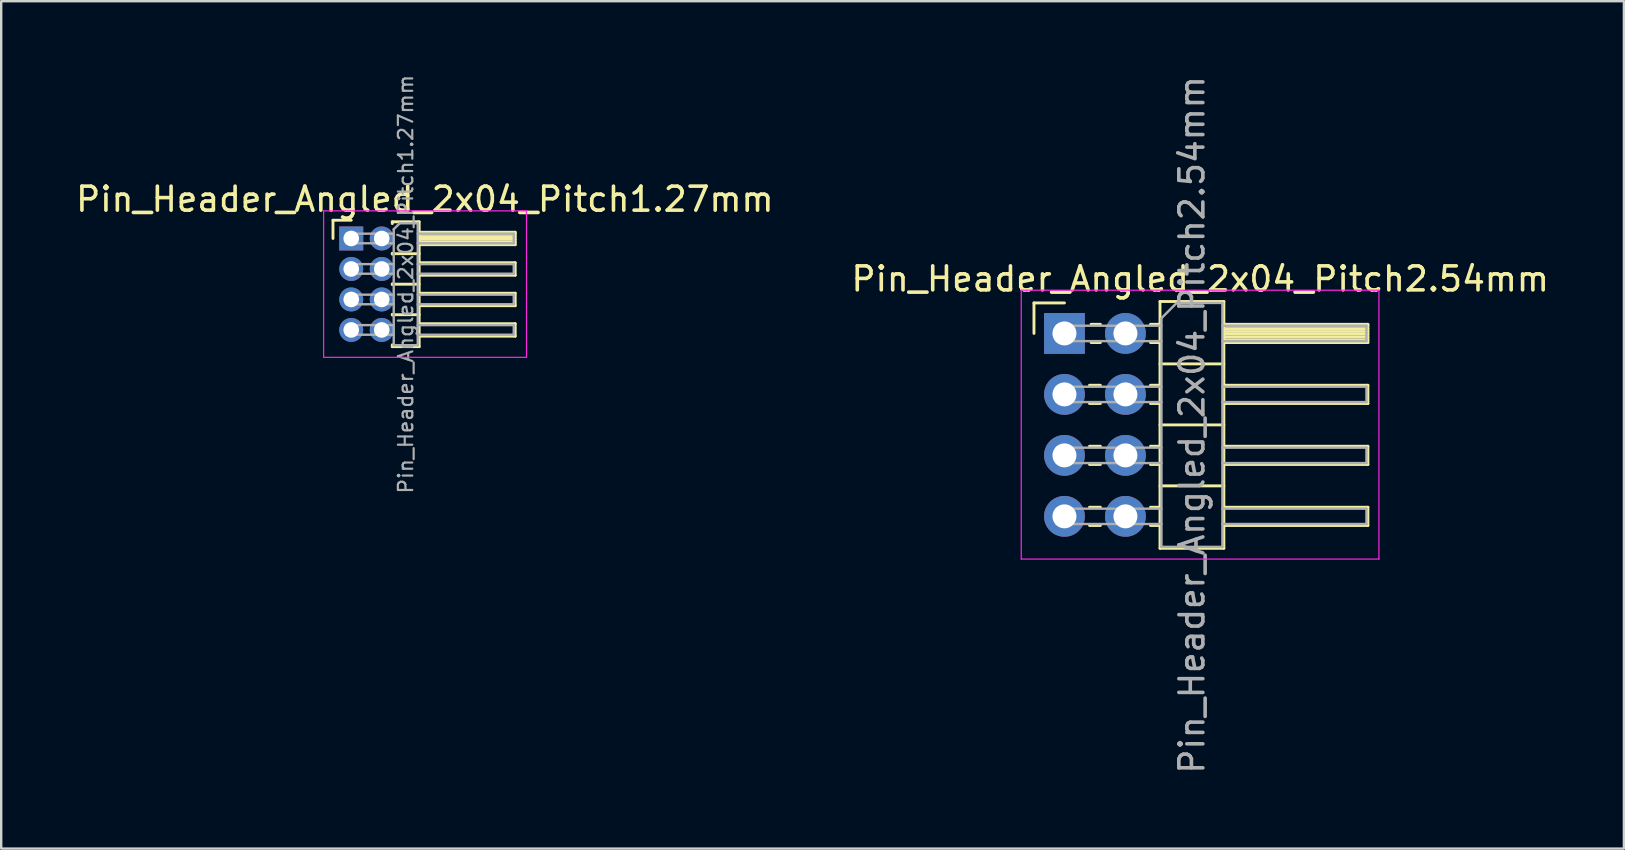
<source format=kicad_pcb>
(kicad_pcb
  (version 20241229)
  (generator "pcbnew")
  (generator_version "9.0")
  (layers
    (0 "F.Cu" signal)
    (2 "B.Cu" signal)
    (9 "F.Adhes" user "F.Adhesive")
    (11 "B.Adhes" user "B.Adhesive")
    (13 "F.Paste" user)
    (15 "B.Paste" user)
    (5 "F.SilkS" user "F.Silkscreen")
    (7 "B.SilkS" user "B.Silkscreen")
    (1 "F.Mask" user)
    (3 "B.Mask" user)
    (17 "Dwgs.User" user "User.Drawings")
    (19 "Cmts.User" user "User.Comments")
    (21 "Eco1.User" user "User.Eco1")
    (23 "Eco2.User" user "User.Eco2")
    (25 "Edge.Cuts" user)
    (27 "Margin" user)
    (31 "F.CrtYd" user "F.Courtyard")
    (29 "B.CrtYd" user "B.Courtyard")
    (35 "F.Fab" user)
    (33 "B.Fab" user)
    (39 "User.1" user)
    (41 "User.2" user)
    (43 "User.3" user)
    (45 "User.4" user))
  (footprint "Pin_Header_Angled_2x04_Pitch2.54mm"
    (layer "F.Cu")
    (at 41.291 10.839)
    (property "Reference" "Pin_Header_Angled_2x04_Pitch2.54mm" (at 5.655 -2.27 0) (layer "F.SilkS") (effects (font (size 1 1) (thickness 0.15))))
    (attr through_hole)
    (fp_line (start -1.27 -1.27) (end 0 -1.27) (stroke (width 0.12) (type solid)) (layer "F.SilkS"))
    (fp_line (start -1.27 0) (end -1.27 -1.27) (stroke (width 0.12) (type solid)) (layer "F.SilkS"))
    (fp_line (start 1.043 2.16) (end 1.497 2.16) (stroke (width 0.12) (type solid)) (layer "F.SilkS"))
    (fp_line (start 1.043 2.92) (end 1.497 2.92) (stroke (width 0.12) (type solid)) (layer "F.SilkS"))
    (fp_line (start 1.043 4.7) (end 1.497 4.7) (stroke (width 0.12) (type solid)) (layer "F.SilkS"))
    (fp_line (start 1.043 5.46) (end 1.497 5.46) (stroke (width 0.12) (type solid)) (layer "F.SilkS"))
    (fp_line (start 1.043 7.24) (end 1.497 7.24) (stroke (width 0.12) (type solid)) (layer "F.SilkS"))
    (fp_line (start 1.043 8) (end 1.497 8) (stroke (width 0.12) (type solid)) (layer "F.SilkS"))
    (fp_line (start 1.11 -0.38) (end 1.497 -0.38) (stroke (width 0.12) (type solid)) (layer "F.SilkS"))
    (fp_line (start 1.11 0.38) (end 1.497 0.38) (stroke (width 0.12) (type solid)) (layer "F.SilkS"))
    (fp_line (start 3.583 -0.38) (end 3.98 -0.38) (stroke (width 0.12) (type solid)) (layer "F.SilkS"))
    (fp_line (start 3.583 0.38) (end 3.98 0.38) (stroke (width 0.12) (type solid)) (layer "F.SilkS"))
    (fp_line (start 3.583 2.16) (end 3.98 2.16) (stroke (width 0.12) (type solid)) (layer "F.SilkS"))
    (fp_line (start 3.583 2.92) (end 3.98 2.92) (stroke (width 0.12) (type solid)) (layer "F.SilkS"))
    (fp_line (start 3.583 4.7) (end 3.98 4.7) (stroke (width 0.12) (type solid)) (layer "F.SilkS"))
    (fp_line (start 3.583 5.46) (end 3.98 5.46) (stroke (width 0.12) (type solid)) (layer "F.SilkS"))
    (fp_line (start 3.583 7.24) (end 3.98 7.24) (stroke (width 0.12) (type solid)) (layer "F.SilkS"))
    (fp_line (start 3.583 8) (end 3.98 8) (stroke (width 0.12) (type solid)) (layer "F.SilkS"))
    (fp_line (start 3.98 -1.33) (end 3.98 8.95) (stroke (width 0.12) (type solid)) (layer "F.SilkS"))
    (fp_line (start 3.98 1.27) (end 6.64 1.27) (stroke (width 0.12) (type solid)) (layer "F.SilkS"))
    (fp_line (start 3.98 3.81) (end 6.64 3.81) (stroke (width 0.12) (type solid)) (layer "F.SilkS"))
    (fp_line (start 3.98 6.35) (end 6.64 6.35) (stroke (width 0.12) (type solid)) (layer "F.SilkS"))
    (fp_line (start 3.98 8.95) (end 6.64 8.95) (stroke (width 0.12) (type solid)) (layer "F.SilkS"))
    (fp_line (start 6.64 -1.33) (end 3.98 -1.33) (stroke (width 0.12) (type solid)) (layer "F.SilkS"))
    (fp_line (start 6.64 -0.38) (end 12.64 -0.38) (stroke (width 0.12) (type solid)) (layer "F.SilkS"))
    (fp_line (start 6.64 -0.32) (end 12.64 -0.32) (stroke (width 0.12) (type solid)) (layer "F.SilkS"))
    (fp_line (start 6.64 -0.2) (end 12.64 -0.2) (stroke (width 0.12) (type solid)) (layer "F.SilkS"))
    (fp_line (start 6.64 -0.08) (end 12.64 -0.08) (stroke (width 0.12) (type solid)) (layer "F.SilkS"))
    (fp_line (start 6.64 0.04) (end 12.64 0.04) (stroke (width 0.12) (type solid)) (layer "F.SilkS"))
    (fp_line (start 6.64 0.16) (end 12.64 0.16) (stroke (width 0.12) (type solid)) (layer "F.SilkS"))
    (fp_line (start 6.64 0.28) (end 12.64 0.28) (stroke (width 0.12) (type solid)) (layer "F.SilkS"))
    (fp_line (start 6.64 2.16) (end 12.64 2.16) (stroke (width 0.12) (type solid)) (layer "F.SilkS"))
    (fp_line (start 6.64 4.7) (end 12.64 4.7) (stroke (width 0.12) (type solid)) (layer "F.SilkS"))
    (fp_line (start 6.64 7.24) (end 12.64 7.24) (stroke (width 0.12) (type solid)) (layer "F.SilkS"))
    (fp_line (start 6.64 8.95) (end 6.64 -1.33) (stroke (width 0.12) (type solid)) (layer "F.SilkS"))
    (fp_line (start 12.64 -0.38) (end 12.64 0.38) (stroke (width 0.12) (type solid)) (layer "F.SilkS"))
    (fp_line (start 12.64 0.38) (end 6.64 0.38) (stroke (width 0.12) (type solid)) (layer "F.SilkS"))
    (fp_line (start 12.64 2.16) (end 12.64 2.92) (stroke (width 0.12) (type solid)) (layer "F.SilkS"))
    (fp_line (start 12.64 2.92) (end 6.64 2.92) (stroke (width 0.12) (type solid)) (layer "F.SilkS"))
    (fp_line (start 12.64 4.7) (end 12.64 5.46) (stroke (width 0.12) (type solid)) (layer "F.SilkS"))
    (fp_line (start 12.64 5.46) (end 6.64 5.46) (stroke (width 0.12) (type solid)) (layer "F.SilkS"))
    (fp_line (start 12.64 7.24) (end 12.64 8) (stroke (width 0.12) (type solid)) (layer "F.SilkS"))
    (fp_line (start 12.64 8) (end 6.64 8) (stroke (width 0.12) (type solid)) (layer "F.SilkS"))
    (fp_line (start -1.8 -1.8) (end -1.8 9.4) (stroke (width 0.05) (type solid)) (layer "F.CrtYd"))
    (fp_line (start -1.8 9.4) (end 13.1 9.4) (stroke (width 0.05) (type solid)) (layer "F.CrtYd"))
    (fp_line (start 13.1 -1.8) (end -1.8 -1.8) (stroke (width 0.05) (type solid)) (layer "F.CrtYd"))
    (fp_line (start 13.1 9.4) (end 13.1 -1.8) (stroke (width 0.05) (type solid)) (layer "F.CrtYd"))
    (fp_line (start -0.32 -0.32) (end -0.32 0.32) (stroke (width 0.1) (type solid)) (layer "F.Fab"))
    (fp_line (start -0.32 -0.32) (end 4.04 -0.32) (stroke (width 0.1) (type solid)) (layer "F.Fab"))
    (fp_line (start -0.32 0.32) (end 4.04 0.32) (stroke (width 0.1) (type solid)) (layer "F.Fab"))
    (fp_line (start -0.32 2.22) (end -0.32 2.86) (stroke (width 0.1) (type solid)) (layer "F.Fab"))
    (fp_line (start -0.32 2.22) (end 4.04 2.22) (stroke (width 0.1) (type solid)) (layer "F.Fab"))
    (fp_line (start -0.32 2.86) (end 4.04 2.86) (stroke (width 0.1) (type solid)) (layer "F.Fab"))
    (fp_line (start -0.32 4.76) (end -0.32 5.4) (stroke (width 0.1) (type solid)) (layer "F.Fab"))
    (fp_line (start -0.32 4.76) (end 4.04 4.76) (stroke (width 0.1) (type solid)) (layer "F.Fab"))
    (fp_line (start -0.32 5.4) (end 4.04 5.4) (stroke (width 0.1) (type solid)) (layer "F.Fab"))
    (fp_line (start -0.32 7.3) (end -0.32 7.94) (stroke (width 0.1) (type solid)) (layer "F.Fab"))
    (fp_line (start -0.32 7.3) (end 4.04 7.3) (stroke (width 0.1) (type solid)) (layer "F.Fab"))
    (fp_line (start -0.32 7.94) (end 4.04 7.94) (stroke (width 0.1) (type solid)) (layer "F.Fab"))
    (fp_line (start 4.04 -0.635) (end 4.675 -1.27) (stroke (width 0.1) (type solid)) (layer "F.Fab"))
    (fp_line (start 4.04 8.89) (end 4.04 -0.635) (stroke (width 0.1) (type solid)) (layer "F.Fab"))
    (fp_line (start 4.675 -1.27) (end 6.58 -1.27) (stroke (width 0.1) (type solid)) (layer "F.Fab"))
    (fp_line (start 6.58 -1.27) (end 6.58 8.89) (stroke (width 0.1) (type solid)) (layer "F.Fab"))
    (fp_line (start 6.58 -0.32) (end 12.58 -0.32) (stroke (width 0.1) (type solid)) (layer "F.Fab"))
    (fp_line (start 6.58 0.32) (end 12.58 0.32) (stroke (width 0.1) (type solid)) (layer "F.Fab"))
    (fp_line (start 6.58 2.22) (end 12.58 2.22) (stroke (width 0.1) (type solid)) (layer "F.Fab"))
    (fp_line (start 6.58 2.86) (end 12.58 2.86) (stroke (width 0.1) (type solid)) (layer "F.Fab"))
    (fp_line (start 6.58 4.76) (end 12.58 4.76) (stroke (width 0.1) (type solid)) (layer "F.Fab"))
    (fp_line (start 6.58 5.4) (end 12.58 5.4) (stroke (width 0.1) (type solid)) (layer "F.Fab"))
    (fp_line (start 6.58 7.3) (end 12.58 7.3) (stroke (width 0.1) (type solid)) (layer "F.Fab"))
    (fp_line (start 6.58 7.94) (end 12.58 7.94) (stroke (width 0.1) (type solid)) (layer "F.Fab"))
    (fp_line (start 6.58 8.89) (end 4.04 8.89) (stroke (width 0.1) (type solid)) (layer "F.Fab"))
    (fp_line (start 12.58 -0.32) (end 12.58 0.32) (stroke (width 0.1) (type solid)) (layer "F.Fab"))
    (fp_line (start 12.58 2.22) (end 12.58 2.86) (stroke (width 0.1) (type solid)) (layer "F.Fab"))
    (fp_line (start 12.58 4.76) (end 12.58 5.4) (stroke (width 0.1) (type solid)) (layer "F.Fab"))
    (fp_line (start 12.58 7.3) (end 12.58 7.94) (stroke (width 0.1) (type solid)) (layer "F.Fab"))
    (fp_text user "${REFERENCE}" (at 5.31 3.81 90) (layer "F.Fab") (effects (font (size 1 1) (thickness 0.15))))
    (pad "1" thru_hole rect (at 0 0) (size 1.7 1.7) (drill 1) (layers "*.Cu" "*.Mask"))
    (pad "2" thru_hole oval (at 2.54 0) (size 1.7 1.7) (drill 1) (layers "*.Cu" "*.Mask"))
    (pad "3" thru_hole oval (at 0 2.54) (size 1.7 1.7) (drill 1) (layers "*.Cu" "*.Mask"))
    (pad "4" thru_hole oval (at 2.54 2.54) (size 1.7 1.7) (drill 1) (layers "*.Cu" "*.Mask"))
    (pad "5" thru_hole oval (at 0 5.08) (size 1.7 1.7) (drill 1) (layers "*.Cu" "*.Mask"))
    (pad "6" thru_hole oval (at 2.54 5.08) (size 1.7 1.7) (drill 1) (layers "*.Cu" "*.Mask"))
    (pad "7" thru_hole oval (at 0 7.62) (size 1.7 1.7) (drill 1) (layers "*.Cu" "*.Mask"))
    (pad "8" thru_hole oval (at 2.54 7.62) (size 1.7 1.7) (drill 1) (layers "*.Cu" "*.Mask")))
  (footprint "Pin_Header_Angled_2x04_Pitch1.27mm"
    (layer "F.Cu")
    (at 11.581 6.884)
    (property "Reference" "Pin_Header_Angled_2x04_Pitch1.27mm" (at 3.067 -1.635 0) (layer "F.SilkS") (effects (font (size 1 1) (thickness 0.15))))
    (attr through_hole)
    (fp_line (start -0.76 -0.76) (end 0 -0.76) (stroke (width 0.12) (type solid)) (layer "F.SilkS"))
    (fp_line (start -0.76 0) (end -0.76 -0.76) (stroke (width 0.12) (type solid)) (layer "F.SilkS"))
    (fp_line (start 1.71 -0.695) (end 2.83 -0.695) (stroke (width 0.12) (type solid)) (layer "F.SilkS"))
    (fp_line (start 1.71 -0.62) (end 1.71 -0.695) (stroke (width 0.12) (type solid)) (layer "F.SilkS"))
    (fp_line (start 1.71 0.62) (end 1.71 0.65) (stroke (width 0.12) (type solid)) (layer "F.SilkS"))
    (fp_line (start 1.71 0.635) (end 2.83 0.635) (stroke (width 0.12) (type solid)) (layer "F.SilkS"))
    (fp_line (start 1.71 1.89) (end 1.71 1.92) (stroke (width 0.12) (type solid)) (layer "F.SilkS"))
    (fp_line (start 1.71 1.905) (end 2.83 1.905) (stroke (width 0.12) (type solid)) (layer "F.SilkS"))
    (fp_line (start 1.71 3.16) (end 1.71 3.19) (stroke (width 0.12) (type solid)) (layer "F.SilkS"))
    (fp_line (start 1.71 3.175) (end 2.83 3.175) (stroke (width 0.12) (type solid)) (layer "F.SilkS"))
    (fp_line (start 1.71 4.505) (end 1.71 4.43) (stroke (width 0.12) (type solid)) (layer "F.SilkS"))
    (fp_line (start 2.83 -0.695) (end 2.83 4.505) (stroke (width 0.12) (type solid)) (layer "F.SilkS"))
    (fp_line (start 2.83 -0.26) (end 6.83 -0.26) (stroke (width 0.12) (type solid)) (layer "F.SilkS"))
    (fp_line (start 2.83 -0.2) (end 6.83 -0.2) (stroke (width 0.12) (type solid)) (layer "F.SilkS"))
    (fp_line (start 2.83 -0.08) (end 6.83 -0.08) (stroke (width 0.12) (type solid)) (layer "F.SilkS"))
    (fp_line (start 2.83 0.04) (end 6.83 0.04) (stroke (width 0.12) (type solid)) (layer "F.SilkS"))
    (fp_line (start 2.83 0.16) (end 6.83 0.16) (stroke (width 0.12) (type solid)) (layer "F.SilkS"))
    (fp_line (start 2.83 1.01) (end 6.83 1.01) (stroke (width 0.12) (type solid)) (layer "F.SilkS"))
    (fp_line (start 2.83 2.28) (end 6.83 2.28) (stroke (width 0.12) (type solid)) (layer "F.SilkS"))
    (fp_line (start 2.83 3.55) (end 6.83 3.55) (stroke (width 0.12) (type solid)) (layer "F.SilkS"))
    (fp_line (start 2.83 4.505) (end 1.71 4.505) (stroke (width 0.12) (type solid)) (layer "F.SilkS"))
    (fp_line (start 6.83 -0.26) (end 6.83 0.26) (stroke (width 0.12) (type solid)) (layer "F.SilkS"))
    (fp_line (start 6.83 0.26) (end 2.83 0.26) (stroke (width 0.12) (type solid)) (layer "F.SilkS"))
    (fp_line (start 6.83 1.01) (end 6.83 1.53) (stroke (width 0.12) (type solid)) (layer "F.SilkS"))
    (fp_line (start 6.83 1.53) (end 2.83 1.53) (stroke (width 0.12) (type solid)) (layer "F.SilkS"))
    (fp_line (start 6.83 2.28) (end 6.83 2.8) (stroke (width 0.12) (type solid)) (layer "F.SilkS"))
    (fp_line (start 6.83 2.8) (end 2.83 2.8) (stroke (width 0.12) (type solid)) (layer "F.SilkS"))
    (fp_line (start 6.83 3.55) (end 6.83 4.07) (stroke (width 0.12) (type solid)) (layer "F.SilkS"))
    (fp_line (start 6.83 4.07) (end 2.83 4.07) (stroke (width 0.12) (type solid)) (layer "F.SilkS"))
    (fp_line (start -1.15 -1.15) (end -1.15 4.95) (stroke (width 0.05) (type solid)) (layer "F.CrtYd"))
    (fp_line (start -1.15 4.95) (end 7.3 4.95) (stroke (width 0.05) (type solid)) (layer "F.CrtYd"))
    (fp_line (start 7.3 -1.15) (end -1.15 -1.15) (stroke (width 0.05) (type solid)) (layer "F.CrtYd"))
    (fp_line (start 7.3 4.95) (end 7.3 -1.15) (stroke (width 0.05) (type solid)) (layer "F.CrtYd"))
    (fp_line (start -0.2 -0.2) (end -0.2 0.2) (stroke (width 0.1) (type solid)) (layer "F.Fab"))
    (fp_line (start -0.2 -0.2) (end 1.77 -0.2) (stroke (width 0.1) (type solid)) (layer "F.Fab"))
    (fp_line (start -0.2 0.2) (end 1.77 0.2) (stroke (width 0.1) (type solid)) (layer "F.Fab"))
    (fp_line (start -0.2 1.07) (end -0.2 1.47) (stroke (width 0.1) (type solid)) (layer "F.Fab"))
    (fp_line (start -0.2 1.07) (end 1.77 1.07) (stroke (width 0.1) (type solid)) (layer "F.Fab"))
    (fp_line (start -0.2 1.47) (end 1.77 1.47) (stroke (width 0.1) (type solid)) (layer "F.Fab"))
    (fp_line (start -0.2 2.34) (end -0.2 2.74) (stroke (width 0.1) (type solid)) (layer "F.Fab"))
    (fp_line (start -0.2 2.34) (end 1.77 2.34) (stroke (width 0.1) (type solid)) (layer "F.Fab"))
    (fp_line (start -0.2 2.74) (end 1.77 2.74) (stroke (width 0.1) (type solid)) (layer "F.Fab"))
    (fp_line (start -0.2 3.61) (end -0.2 4.01) (stroke (width 0.1) (type solid)) (layer "F.Fab"))
    (fp_line (start -0.2 3.61) (end 1.77 3.61) (stroke (width 0.1) (type solid)) (layer "F.Fab"))
    (fp_line (start -0.2 4.01) (end 1.77 4.01) (stroke (width 0.1) (type solid)) (layer "F.Fab"))
    (fp_line (start 1.77 -0.385) (end 2.02 -0.635) (stroke (width 0.1) (type solid)) (layer "F.Fab"))
    (fp_line (start 1.77 4.445) (end 1.77 -0.385) (stroke (width 0.1) (type solid)) (layer "F.Fab"))
    (fp_line (start 2.02 -0.635) (end 2.77 -0.635) (stroke (width 0.1) (type solid)) (layer "F.Fab"))
    (fp_line (start 2.77 -0.635) (end 2.77 4.445) (stroke (width 0.1) (type solid)) (layer "F.Fab"))
    (fp_line (start 2.77 -0.2) (end 6.77 -0.2) (stroke (width 0.1) (type solid)) (layer "F.Fab"))
    (fp_line (start 2.77 0.2) (end 6.77 0.2) (stroke (width 0.1) (type solid)) (layer "F.Fab"))
    (fp_line (start 2.77 1.07) (end 6.77 1.07) (stroke (width 0.1) (type solid)) (layer "F.Fab"))
    (fp_line (start 2.77 1.47) (end 6.77 1.47) (stroke (width 0.1) (type solid)) (layer "F.Fab"))
    (fp_line (start 2.77 2.34) (end 6.77 2.34) (stroke (width 0.1) (type solid)) (layer "F.Fab"))
    (fp_line (start 2.77 2.74) (end 6.77 2.74) (stroke (width 0.1) (type solid)) (layer "F.Fab"))
    (fp_line (start 2.77 3.61) (end 6.77 3.61) (stroke (width 0.1) (type solid)) (layer "F.Fab"))
    (fp_line (start 2.77 4.01) (end 6.77 4.01) (stroke (width 0.1) (type solid)) (layer "F.Fab"))
    (fp_line (start 2.77 4.445) (end 1.77 4.445) (stroke (width 0.1) (type solid)) (layer "F.Fab"))
    (fp_line (start 6.77 -0.2) (end 6.77 0.2) (stroke (width 0.1) (type solid)) (layer "F.Fab"))
    (fp_line (start 6.77 1.07) (end 6.77 1.47) (stroke (width 0.1) (type solid)) (layer "F.Fab"))
    (fp_line (start 6.77 2.34) (end 6.77 2.74) (stroke (width 0.1) (type solid)) (layer "F.Fab"))
    (fp_line (start 6.77 3.61) (end 6.77 4.01) (stroke (width 0.1) (type solid)) (layer "F.Fab"))
    (fp_text user "${REFERENCE}" (at 2.27 1.905 90) (layer "F.Fab") (effects (font (size 0.6 0.6) (thickness 0.09))))
    (pad "1" thru_hole rect (at 0 0) (size 1 1) (drill 0.65) (layers "*.Cu" "*.Mask"))
    (pad "2" thru_hole oval (at 1.27 0) (size 1 1) (drill 0.65) (layers "*.Cu" "*.Mask"))
    (pad "3" thru_hole oval (at 0 1.27) (size 1 1) (drill 0.65) (layers "*.Cu" "*.Mask"))
    (pad "4" thru_hole oval (at 1.27 1.27) (size 1 1) (drill 0.65) (layers "*.Cu" "*.Mask"))
    (pad "5" thru_hole oval (at 0 2.54) (size 1 1) (drill 0.65) (layers "*.Cu" "*.Mask"))
    (pad "6" thru_hole oval (at 1.27 2.54) (size 1 1) (drill 0.65) (layers "*.Cu" "*.Mask"))
    (pad "7" thru_hole oval (at 0 3.81) (size 1 1) (drill 0.65) (layers "*.Cu" "*.Mask"))
    (pad "8" thru_hole oval (at 1.27 3.81) (size 1 1) (drill 0.65) (layers "*.Cu" "*.Mask")))
  (gr_rect
    (start -3 -3)
    (end 64.595 32.298)
    (stroke (width 0.1) (type default))
    (fill no)
    (layer "Edge.Cuts")))
</source>
